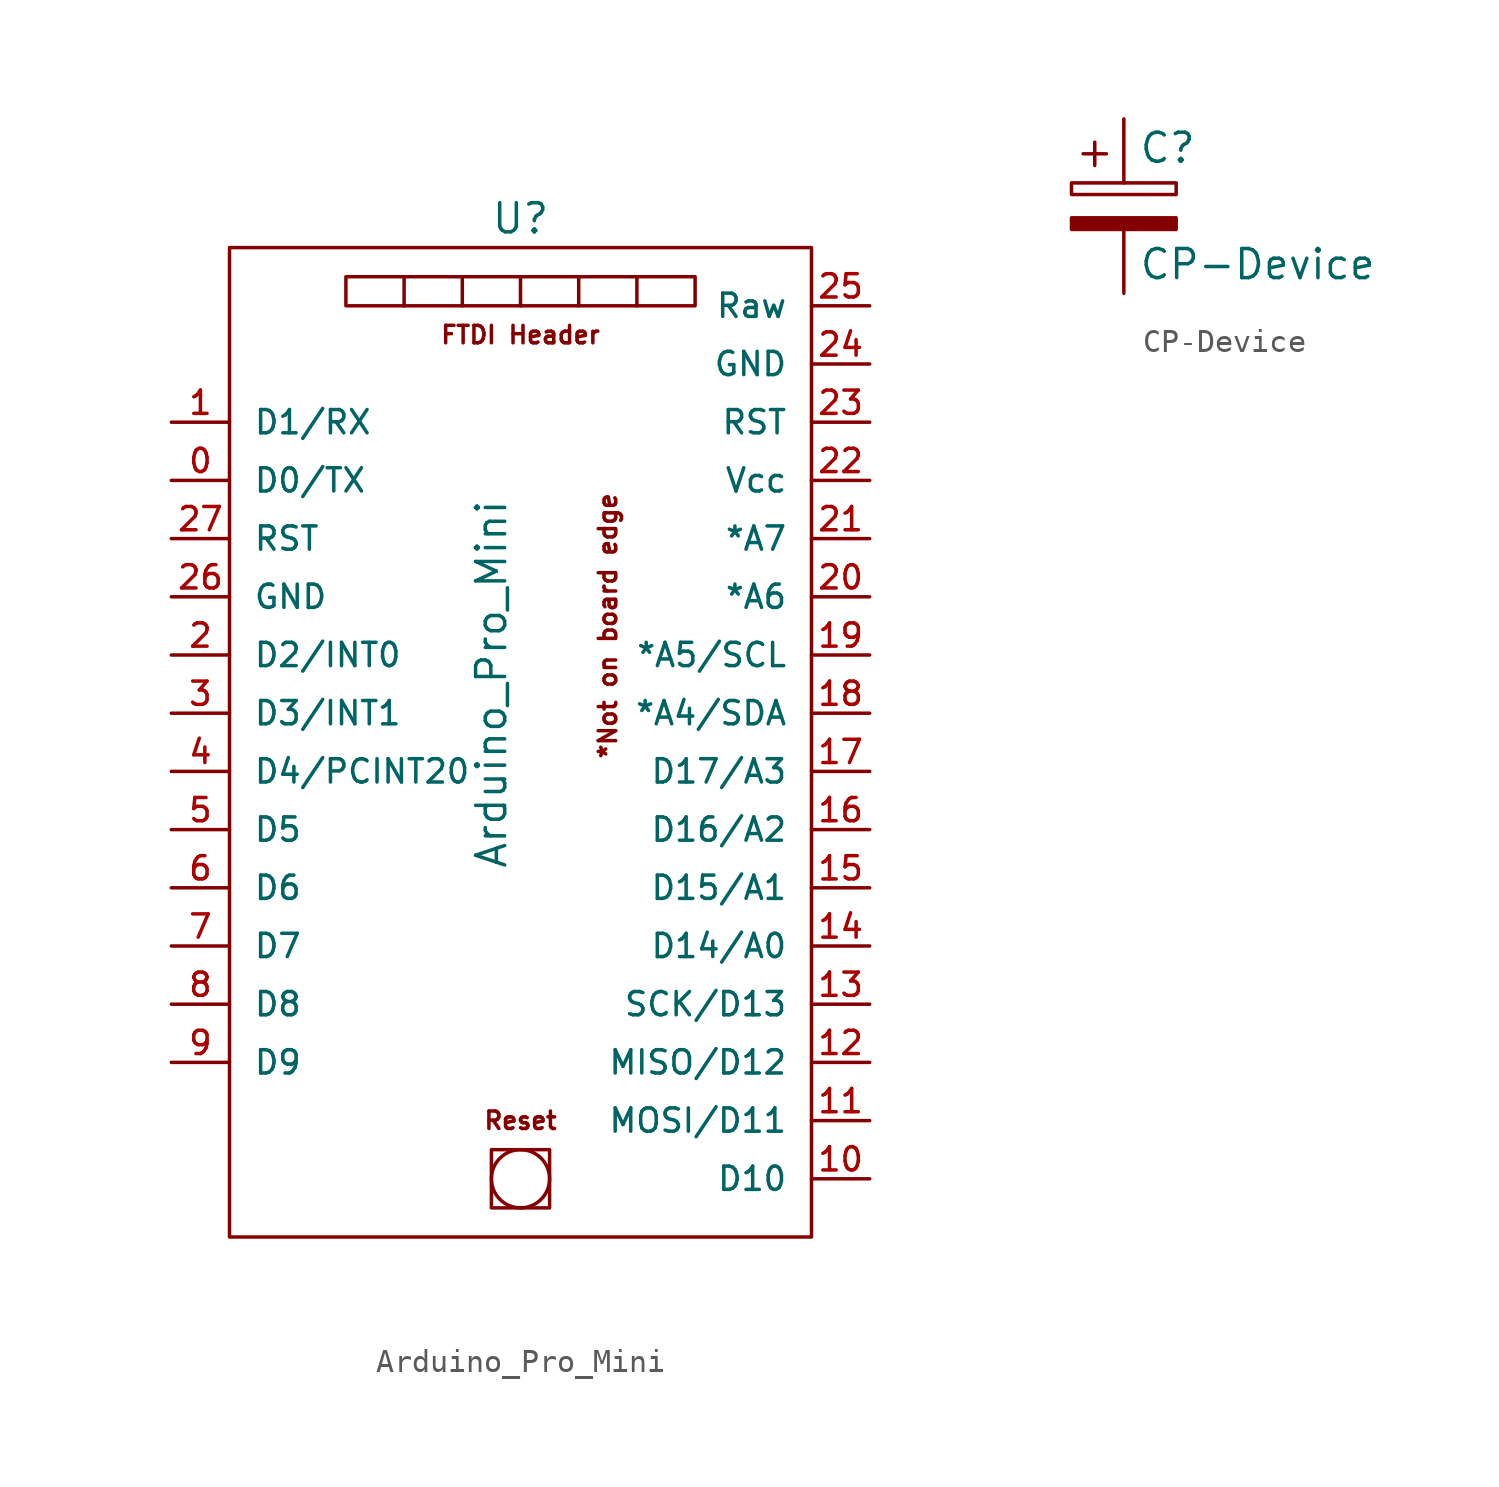
<source format=kicad_sym>
(kicad_symbol_lib
  (version 20211014)
  (generator kicad_symbol_editor)
  (symbol "Arduino_Pro_Mini"
    (pin_names
      (offset 1.016))
    (property "Reference" "U"
      (at 0 15.24 0)
      (effects (font (size 1.27 1.27))))
    (property "Value" "Arduino_Pro_Mini"
      (at -1.27 -5.08 90)
      (effects (font (size 1.27 1.27))))
    (symbol "Arduino_Pro_Mini_0_0"
      (rectangle (start -7.62 12.7) (end 7.62 11.43) (stroke (width 0) (type default) (color 0 0 0 0)) (fill (type none)))
      (rectangle (start -5.08 12.7) (end -5.08 11.43) (stroke (width 0) (type default) (color 0 0 0 0)) (fill (type none)))
      (rectangle (start -2.54 11.43) (end -2.54 12.7) (stroke (width 0) (type default) (color 0 0 0 0)) (fill (type none)))
      (rectangle (start -1.27 -25.4) (end 1.27 -27.94) (stroke (width 0) (type default) (color 0 0 0 0)) (fill (type none)))
      (circle (center 0 -26.67) (radius 1.27) (stroke (width 0) (type default) (color 0 0 0 0)) (fill (type none)))
      (rectangle (start 0 12.7) (end 0 11.43) (stroke (width 0) (type default) (color 0 0 0 0)) (fill (type none)))
      (rectangle (start 2.54 11.43) (end 2.54 12.7) (stroke (width 0) (type default) (color 0 0 0 0)) (fill (type none)))
      (rectangle (start 5.08 12.7) (end 5.08 11.43) (stroke (width 0) (type default) (color 0 0 0 0)) (fill (type none)))
      (text "*Not on board edge" (at 3.81 -2.54 900) (effects (font (size 0.762 0.762))))
      (text "FTDI Header" (at 0 10.16 0) (effects (font (size 0.762 0.762))))
      (text "Reset" (at 0 -24.13 0) (effects (font (size 0.762 0.762)))))
    (symbol "Arduino_Pro_Mini_0_1"
      (rectangle (start -12.7 13.97) (end 12.7 -29.21) (stroke (width 0) (type default) (color 0 0 0 0)) (fill (type none))))
    (symbol "Arduino_Pro_Mini_1_1"
      (pin bidirectional line (at -15.24 3.81 0) (length 2.54) (name "D0/TX" (effects (font (size 1.016 1.016)))) (number "0" (effects (font (size 1.016 1.016)))))
      (pin bidirectional line (at -15.24 6.35 0) (length 2.54) (name "D1/RX" (effects (font (size 1.016 1.016)))) (number "1" (effects (font (size 1.016 1.016)))))
      (pin bidirectional line (at 15.24 -26.67 180) (length 2.54) (name "D10" (effects (font (size 1.016 1.016)))) (number "10" (effects (font (size 1.016 1.016)))))
      (pin bidirectional line (at 15.24 -24.13 180) (length 2.54) (name "MOSI/D11" (effects (font (size 1.016 1.016)))) (number "11" (effects (font (size 1.016 1.016)))))
      (pin bidirectional line (at 15.24 -21.59 180) (length 2.54) (name "MISO/D12" (effects (font (size 1.016 1.016)))) (number "12" (effects (font (size 1.016 1.016)))))
      (pin bidirectional line (at 15.24 -19.05 180) (length 2.54) (name "SCK/D13" (effects (font (size 1.016 1.016)))) (number "13" (effects (font (size 1.016 1.016)))))
      (pin bidirectional line (at 15.24 -16.51 180) (length 2.54) (name "D14/A0" (effects (font (size 1.016 1.016)))) (number "14" (effects (font (size 1.016 1.016)))))
      (pin bidirectional line (at 15.24 -13.97 180) (length 2.54) (name "D15/A1" (effects (font (size 1.016 1.016)))) (number "15" (effects (font (size 1.016 1.016)))))
      (pin bidirectional line (at 15.24 -11.43 180) (length 2.54) (name "D16/A2" (effects (font (size 1.016 1.016)))) (number "16" (effects (font (size 1.016 1.016)))))
      (pin bidirectional line (at 15.24 -8.89 180) (length 2.54) (name "D17/A3" (effects (font (size 1.016 1.016)))) (number "17" (effects (font (size 1.016 1.016)))))
      (pin bidirectional line (at 15.24 -6.35 180) (length 2.54) (name "*A4/SDA" (effects (font (size 1.016 1.016)))) (number "18" (effects (font (size 1.016 1.016)))))
      (pin bidirectional line (at 15.24 -3.81 180) (length 2.54) (name "*A5/SCL" (effects (font (size 1.016 1.016)))) (number "19" (effects (font (size 1.016 1.016)))))
      (pin bidirectional line (at -15.24 -3.81 0) (length 2.54) (name "D2/INT0" (effects (font (size 1.016 1.016)))) (number "2" (effects (font (size 1.016 1.016)))))
      (pin bidirectional line (at 15.24 -1.27 180) (length 2.54) (name "*A6" (effects (font (size 1.016 1.016)))) (number "20" (effects (font (size 1.016 1.016)))))
      (pin bidirectional line (at 15.24 1.27 180) (length 2.54) (name "*A7" (effects (font (size 1.016 1.016)))) (number "21" (effects (font (size 1.016 1.016)))))
      (pin power_in line (at 15.24 3.81 180) (length 2.54) (name "Vcc" (effects (font (size 1.016 1.016)))) (number "22" (effects (font (size 1.016 1.016)))))
      (pin bidirectional line (at 15.24 6.35 180) (length 2.54) (name "RST" (effects (font (size 1.016 1.016)))) (number "23" (effects (font (size 1.016 1.016)))))
      (pin power_in line (at 15.24 8.89 180) (length 2.54) (name "GND" (effects (font (size 1.016 1.016)))) (number "24" (effects (font (size 1.016 1.016)))))
      (pin power_in line (at 15.24 11.43 180) (length 2.54) (name "Raw" (effects (font (size 1.016 1.016)))) (number "25" (effects (font (size 1.016 1.016)))))
      (pin power_in line (at -15.24 -1.27 0) (length 2.54) (name "GND" (effects (font (size 1.016 1.016)))) (number "26" (effects (font (size 1.016 1.016)))))
      (pin bidirectional line (at -15.24 1.27 0) (length 2.54) (name "RST" (effects (font (size 1.016 1.016)))) (number "27" (effects (font (size 1.016 1.016)))))
      (pin bidirectional line (at -15.24 -6.35 0) (length 2.54) (name "D3/INT1" (effects (font (size 1.016 1.016)))) (number "3" (effects (font (size 1.016 1.016)))))
      (pin bidirectional line (at -15.24 -8.89 0) (length 2.54) (name "D4/PCINT20" (effects (font (size 1.016 1.016)))) (number "4" (effects (font (size 1.016 1.016)))))
      (pin bidirectional line (at -15.24 -11.43 0) (length 2.54) (name "D5" (effects (font (size 1.016 1.016)))) (number "5" (effects (font (size 1.016 1.016)))))
      (pin bidirectional line (at -15.24 -13.97 0) (length 2.54) (name "D6" (effects (font (size 1.016 1.016)))) (number "6" (effects (font (size 1.016 1.016)))))
      (pin bidirectional line (at -15.24 -16.51 0) (length 2.54) (name "D7" (effects (font (size 1.016 1.016)))) (number "7" (effects (font (size 1.016 1.016)))))
      (pin bidirectional line (at -15.24 -19.05 0) (length 2.54) (name "D8" (effects (font (size 1.016 1.016)))) (number "8" (effects (font (size 1.016 1.016)))))
      (pin bidirectional line (at -15.24 -21.59 0) (length 2.54) (name "D9" (effects (font (size 1.016 1.016)))) (number "9" (effects (font (size 1.016 1.016)))))))
  (symbol "CP-Device"
    (pin_numbers hide)
    (pin_names
      (offset 0.254))
    (property "Reference" "C"
      (at 0.635 2.54 0)
      (effects (font (size 1.27 1.27)) (justify left)))
    (property "Value" "CP-Device"
      (at 0.635 -2.54 0)
      (effects (font (size 1.27 1.27)) (justify left)))
    (symbol "CP-Device_0_1"
      (rectangle (start -2.286 0.508) (end 2.286 1.016) (stroke (width 0) (type default) (color 0 0 0 0)) (fill (type none)))
      (polyline (pts (xy -1.778 2.286) (xy -0.762 2.286)) (stroke (width 0) (type default) (color 0 0 0 0)) (fill (type none)))
      (polyline (pts (xy -1.27 2.794) (xy -1.27 1.778)) (stroke (width 0) (type default) (color 0 0 0 0)) (fill (type none)))
      (rectangle (start 2.286 -0.508) (end -2.286 -1.016) (stroke (width 0) (type default) (color 0 0 0 0)) (fill (type outline))))
    (symbol "CP-Device_1_1"
      (pin passive line (at 0 3.81 270) (length 2.794) (name "~" (effects (font (size 1.27 1.27)))) (number "1" (effects (font (size 1.27 1.27)))))
      (pin passive line (at 0 -3.81 90) (length 2.794) (name "~" (effects (font (size 1.27 1.27)))) (number "2" (effects (font (size 1.27 1.27))))))))
</source>
